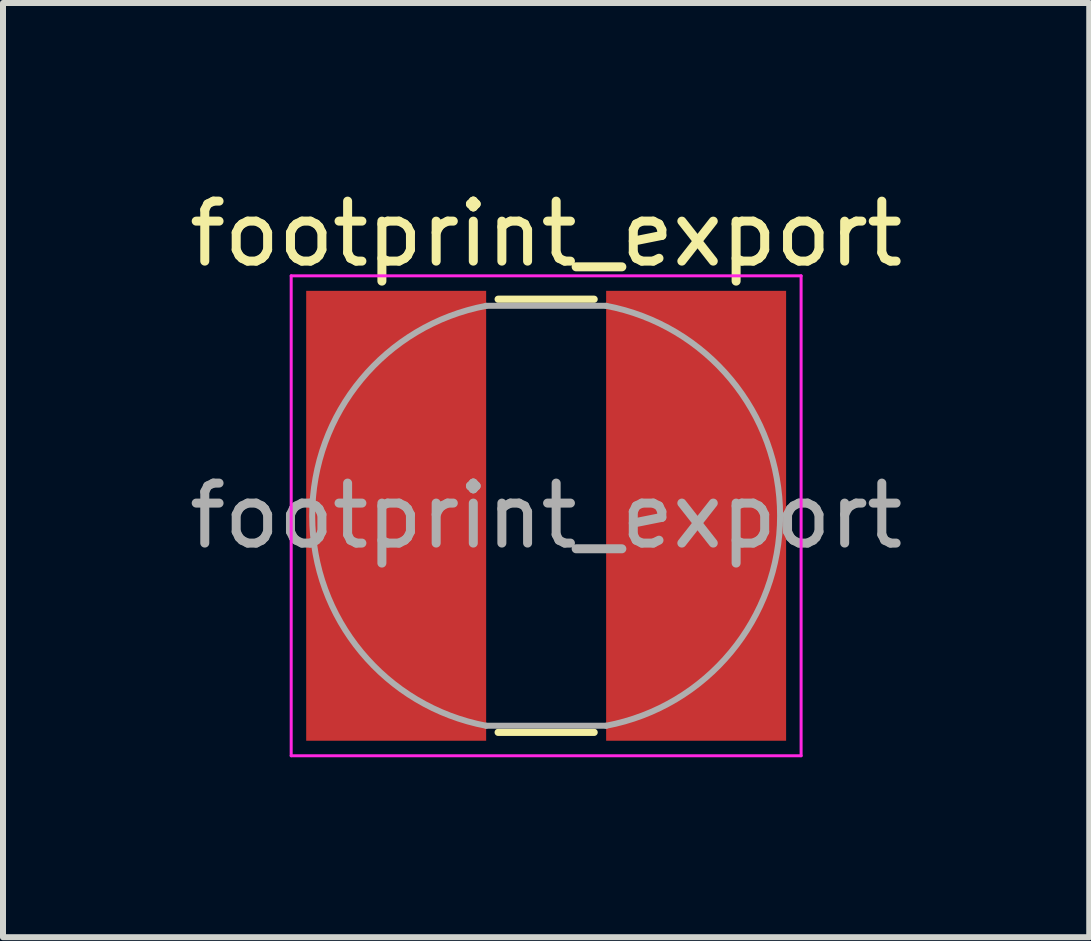
<source format=kicad_pcb>
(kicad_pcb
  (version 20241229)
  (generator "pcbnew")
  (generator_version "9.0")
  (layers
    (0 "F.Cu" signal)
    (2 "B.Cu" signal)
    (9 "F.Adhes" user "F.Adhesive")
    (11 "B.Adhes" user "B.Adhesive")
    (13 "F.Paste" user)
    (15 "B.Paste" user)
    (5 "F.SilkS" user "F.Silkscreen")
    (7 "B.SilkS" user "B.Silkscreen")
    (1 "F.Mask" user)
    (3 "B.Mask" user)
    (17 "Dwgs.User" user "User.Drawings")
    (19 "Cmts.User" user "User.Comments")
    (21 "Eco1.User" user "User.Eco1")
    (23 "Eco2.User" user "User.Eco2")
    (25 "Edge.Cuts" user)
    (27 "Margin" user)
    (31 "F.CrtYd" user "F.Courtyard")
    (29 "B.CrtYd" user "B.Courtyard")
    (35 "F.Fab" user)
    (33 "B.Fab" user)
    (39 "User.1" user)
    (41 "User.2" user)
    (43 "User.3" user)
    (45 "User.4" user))
  (footprint "footprint_export"
    (layer "F.Cu")
    (at 6.054 5.548)
    (property "Reference" "footprint_export" (at 0 -4.7 0) (layer "F.SilkS") (effects (font (size 1 1) (thickness 0.15))))
    (attr smd)
    (fp_line (start -0.8 -3.61) (end 0.8 -3.61) (stroke (width 0.12) (type solid)) (layer "F.SilkS"))
    (fp_line (start -0.8 3.61) (end 0.8 3.61) (stroke (width 0.12) (type solid)) (layer "F.SilkS"))
    (fp_line (start -4.25 -4) (end -4.25 4) (stroke (width 0.05) (type solid)) (layer "F.CrtYd"))
    (fp_line (start -4.25 4) (end 4.25 4) (stroke (width 0.05) (type solid)) (layer "F.CrtYd"))
    (fp_line (start 4.25 -4) (end -4.25 -4) (stroke (width 0.05) (type solid)) (layer "F.CrtYd"))
    (fp_line (start 4.25 4) (end 4.25 -4) (stroke (width 0.05) (type solid)) (layer "F.CrtYd"))
    (fp_line (start -1 -3.5) (end 1 -3.5) (stroke (width 0.1) (type solid)) (layer "F.Fab"))
    (fp_line (start -1 3.5) (end 1 3.5) (stroke (width 0.1) (type solid)) (layer "F.Fab"))
    (fp_arc (start -1 3.5) (mid -3.9 0) (end -1 -3.5) (stroke (width 0.1) (type solid)) (layer "F.Fab"))
    (fp_arc (start 1 -3.5) (mid 3.9 0) (end 1 3.5) (stroke (width 0.1) (type solid)) (layer "F.Fab"))
    (fp_text user "${REFERENCE}" (at 0 0 0) (layer "F.Fab") (effects (font (size 1 1) (thickness 0.15))))
    (pad "1" smd rect (at -2.5 0) (size 3 7.5) (layers "F.Cu" "F.Mask" "F.Paste"))
    (pad "2" smd rect (at 2.5 0) (size 3 7.5) (layers "F.Cu" "F.Mask" "F.Paste")))
  (gr_rect
    (start -3 -3)
    (end 15.107 12.573)
    (stroke (width 0.1) (type default))
    (fill no)
    (layer "Edge.Cuts")))
</source>
